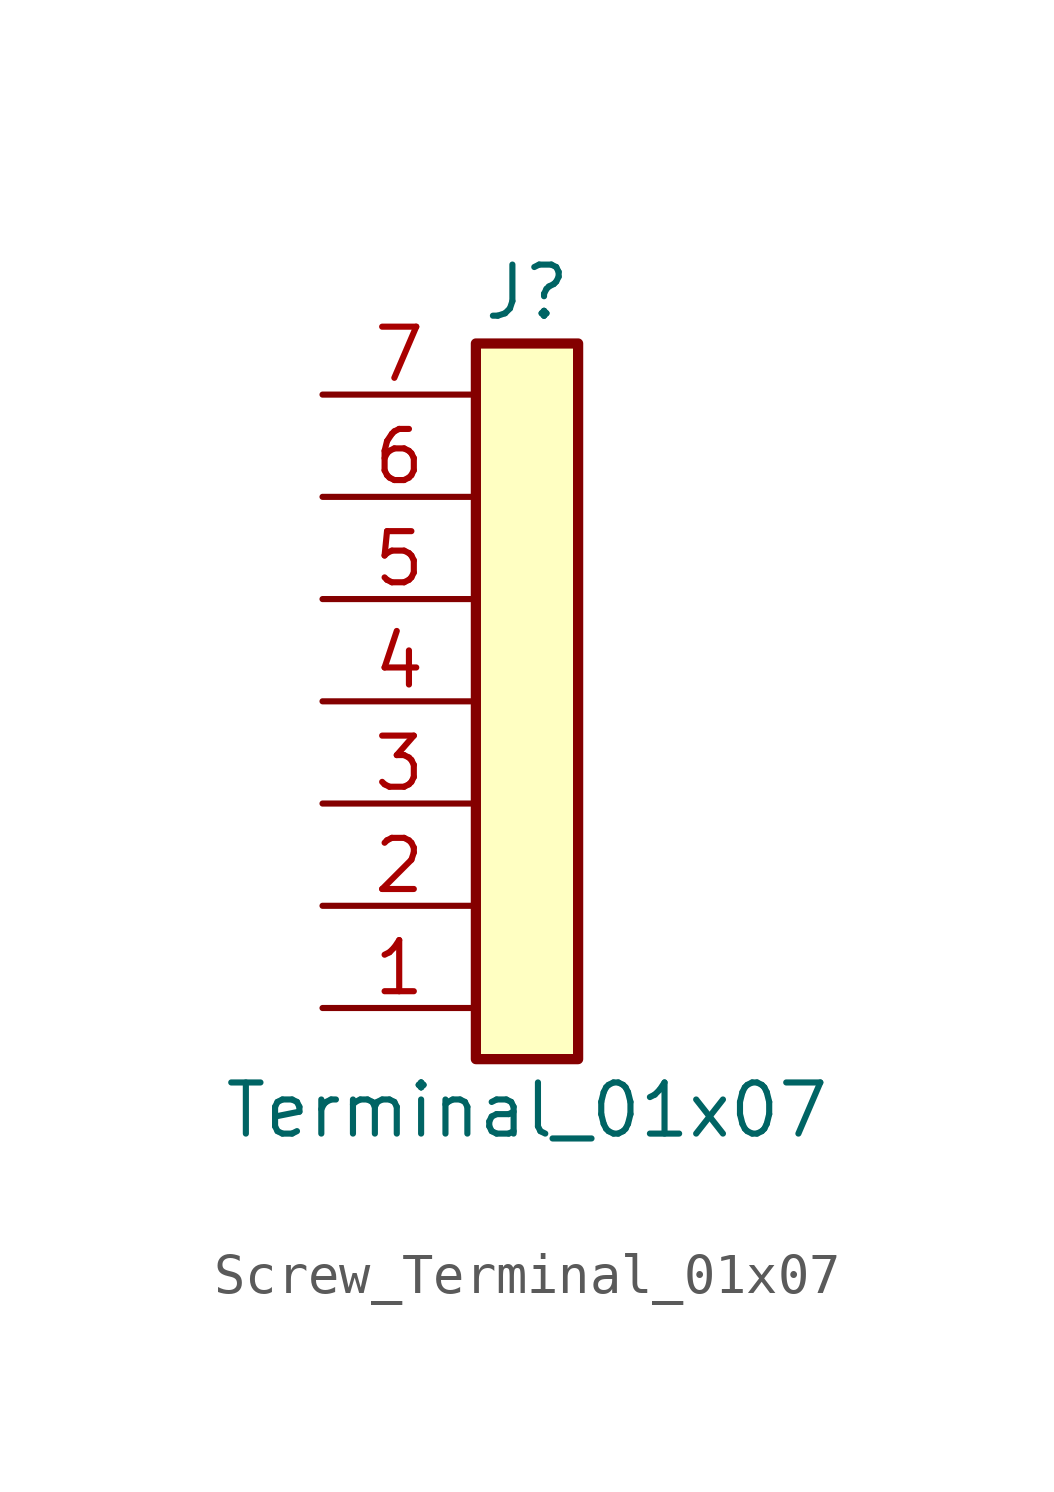
<source format=kicad_sym>
(kicad_symbol_lib
  (version 20220914)
  (generator kicad_symbol_editor)
  (symbol "Screw_Terminal_01x07"
    (pin_names
      (offset 1.016) hide)
    (property "Reference" "J"
      (at 0 10.16 0)
      (effects (font (size 1.27 1.27))))
    (property "Value" "Terminal_01x07"
      (at 0 -10.16 0)
      (effects (font (size 1.27 1.27))))
    (symbol "Screw_Terminal_01x07_1_1"
      (rectangle (start -1.27 8.89) (end 1.27 -8.89) (stroke (width 0.254) (type default)) (fill (type background)))
      (pin passive line (at -5.08 -7.62 0) (length 3.81) (name "Pin_1" (effects (font (size 1.27 1.27)))) (number "1" (effects (font (size 1.27 1.27)))))
      (pin passive line (at -5.08 -5.08 0) (length 3.81) (name "Pin_2" (effects (font (size 1.27 1.27)))) (number "2" (effects (font (size 1.27 1.27)))))
      (pin passive line (at -5.08 -2.54 0) (length 3.81) (name "Pin_3" (effects (font (size 1.27 1.27)))) (number "3" (effects (font (size 1.27 1.27)))))
      (pin passive line (at -5.08 0 0) (length 3.81) (name "Pin_4" (effects (font (size 1.27 1.27)))) (number "4" (effects (font (size 1.27 1.27)))))
      (pin passive line (at -5.08 2.54 0) (length 3.81) (name "Pin_5" (effects (font (size 1.27 1.27)))) (number "5" (effects (font (size 1.27 1.27)))))
      (pin passive line (at -5.08 5.08 0) (length 3.81) (name "Pin_6" (effects (font (size 1.27 1.27)))) (number "6" (effects (font (size 1.27 1.27)))))
      (pin passive line (at -5.08 7.62 0) (length 3.81) (name "Pin_7" (effects (font (size 1.27 1.27)))) (number "7" (effects (font (size 1.27 1.27))))))))
</source>
